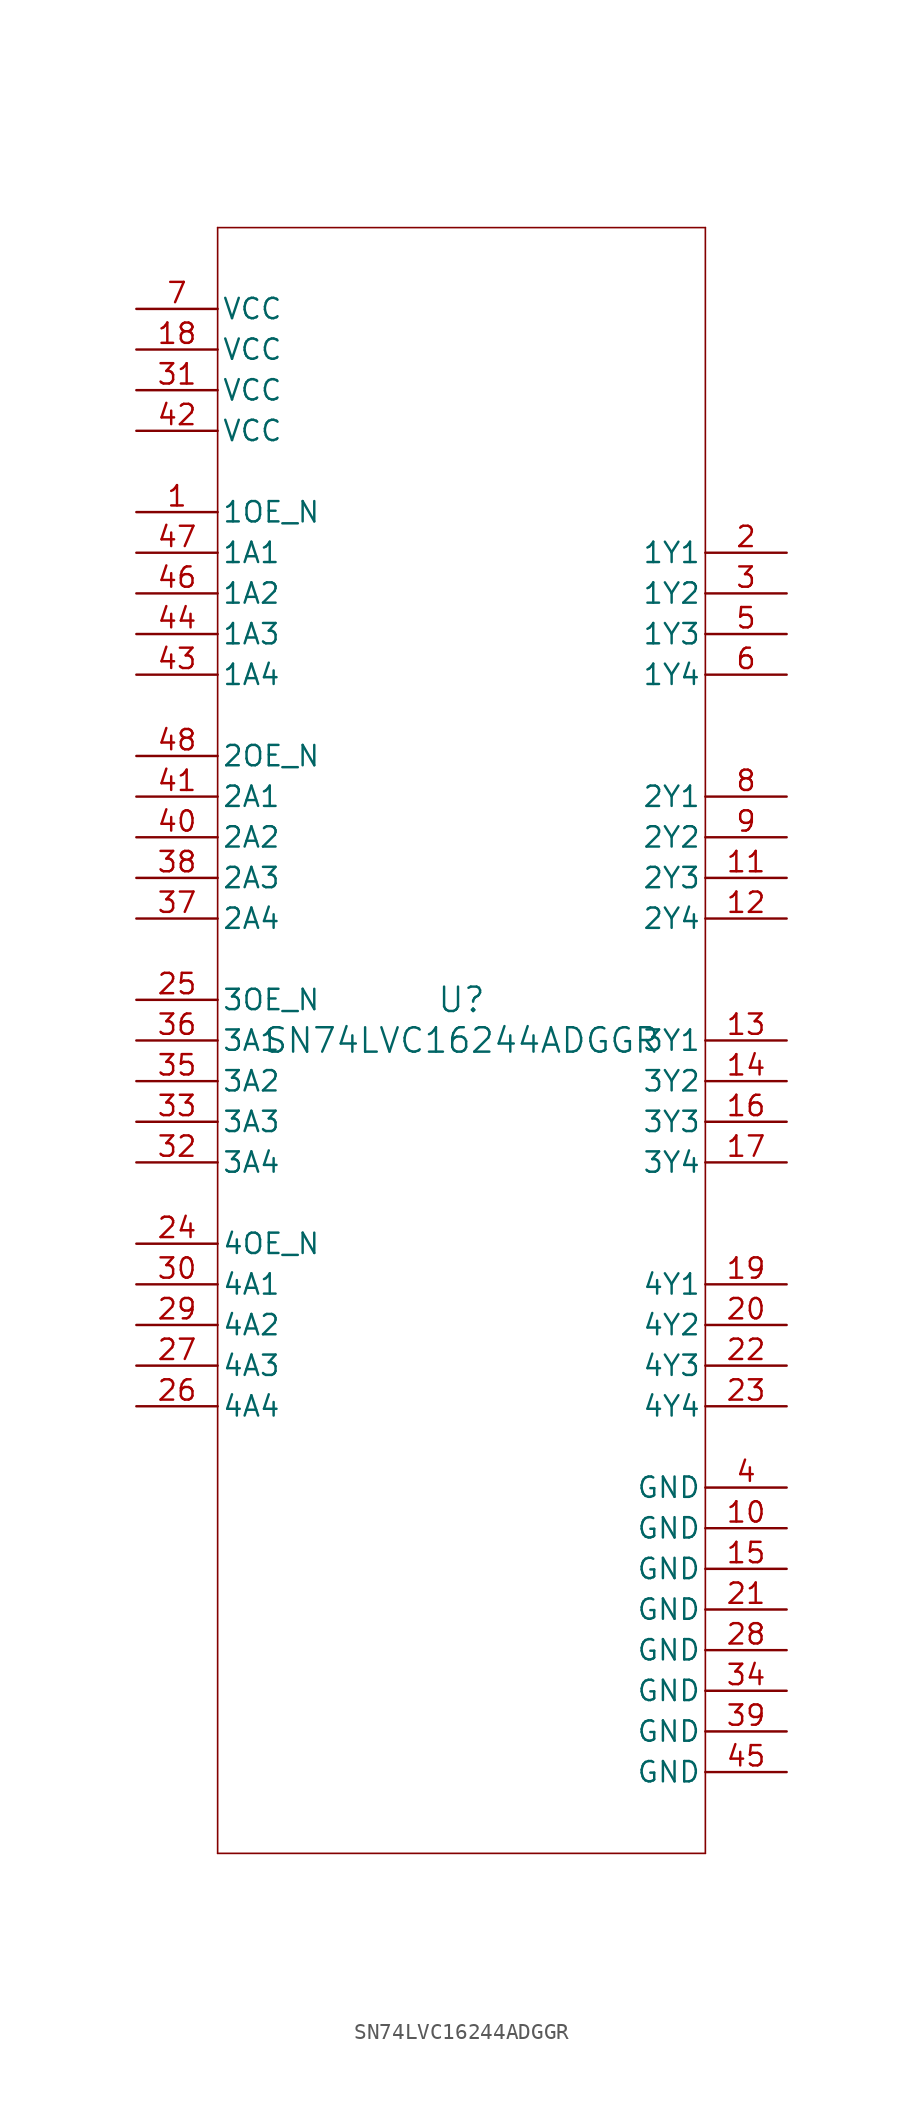
<source format=kicad_sym>
(kicad_symbol_lib
  (version 20211014)
  (generator kicad_symbol_editor)
  (symbol "SN74LVC16244ADGGR"
    (pin_names
      (offset 0.254))
    (property "Reference" "U"
      (at 0 2.54 0)
      (effects (font (size 1.524 1.524))))
    (property "Value" "SN74LVC16244ADGGR"
      (at 0 0 0)
      (effects (font (size 1.524 1.524))))
    (symbol "SN74LVC16244ADGGR_0_1"
      (polyline (pts (xy -15.24 -50.8) (xy 15.24 -50.8)) (stroke (width 0.102) (type default) (color 0 0 0 0)) (fill (type none)))
      (polyline (pts (xy 15.24 -50.8) (xy 15.24 50.8)) (stroke (width 0.102) (type default) (color 0 0 0 0)) (fill (type none)))
      (polyline (pts (xy 15.24 50.8) (xy -15.24 50.8)) (stroke (width 0.102) (type default) (color 0 0 0 0)) (fill (type none)))
      (polyline (pts (xy -15.24 50.8) (xy -15.24 -50.8)) (stroke (width 0.102) (type default) (color 0 0 0 0)) (fill (type none)))
      (pin input line (at -20.32 33.02 0) (length 5.08) (name "1OE_N" (effects (font (size 1.27 1.27)))) (number "1" (effects (font (size 1.27 1.27)))))
      (pin tri_state line (at 20.32 30.48 180) (length 5.08) (name "1Y1" (effects (font (size 1.27 1.27)))) (number "2" (effects (font (size 1.27 1.27)))))
      (pin tri_state line (at 20.32 27.94 180) (length 5.08) (name "1Y2" (effects (font (size 1.27 1.27)))) (number "3" (effects (font (size 1.27 1.27)))))
      (pin power_in line (at 20.32 -27.94 180) (length 5.08) (name "GND" (effects (font (size 1.27 1.27)))) (number "4" (effects (font (size 1.27 1.27)))))
      (pin tri_state line (at 20.32 25.4 180) (length 5.08) (name "1Y3" (effects (font (size 1.27 1.27)))) (number "5" (effects (font (size 1.27 1.27)))))
      (pin tri_state line (at 20.32 22.86 180) (length 5.08) (name "1Y4" (effects (font (size 1.27 1.27)))) (number "6" (effects (font (size 1.27 1.27)))))
      (pin power_in line (at -20.32 45.72 0) (length 5.08) (name "VCC" (effects (font (size 1.27 1.27)))) (number "7" (effects (font (size 1.27 1.27)))))
      (pin tri_state line (at 20.32 15.24 180) (length 5.08) (name "2Y1" (effects (font (size 1.27 1.27)))) (number "8" (effects (font (size 1.27 1.27)))))
      (pin tri_state line (at 20.32 12.7 180) (length 5.08) (name "2Y2" (effects (font (size 1.27 1.27)))) (number "9" (effects (font (size 1.27 1.27)))))
      (pin power_in line (at 20.32 -30.48 180) (length 5.08) (name "GND" (effects (font (size 1.27 1.27)))) (number "10" (effects (font (size 1.27 1.27)))))
      (pin tri_state line (at 20.32 10.16 180) (length 5.08) (name "2Y3" (effects (font (size 1.27 1.27)))) (number "11" (effects (font (size 1.27 1.27)))))
      (pin tri_state line (at 20.32 7.62 180) (length 5.08) (name "2Y4" (effects (font (size 1.27 1.27)))) (number "12" (effects (font (size 1.27 1.27)))))
      (pin tri_state line (at 20.32 0 180) (length 5.08) (name "3Y1" (effects (font (size 1.27 1.27)))) (number "13" (effects (font (size 1.27 1.27)))))
      (pin tri_state line (at 20.32 -2.54 180) (length 5.08) (name "3Y2" (effects (font (size 1.27 1.27)))) (number "14" (effects (font (size 1.27 1.27)))))
      (pin power_in line (at 20.32 -33.02 180) (length 5.08) (name "GND" (effects (font (size 1.27 1.27)))) (number "15" (effects (font (size 1.27 1.27)))))
      (pin tri_state line (at 20.32 -5.08 180) (length 5.08) (name "3Y3" (effects (font (size 1.27 1.27)))) (number "16" (effects (font (size 1.27 1.27)))))
      (pin tri_state line (at 20.32 -7.62 180) (length 5.08) (name "3Y4" (effects (font (size 1.27 1.27)))) (number "17" (effects (font (size 1.27 1.27)))))
      (pin power_in line (at -20.32 43.18 0) (length 5.08) (name "VCC" (effects (font (size 1.27 1.27)))) (number "18" (effects (font (size 1.27 1.27)))))
      (pin tri_state line (at 20.32 -15.24 180) (length 5.08) (name "4Y1" (effects (font (size 1.27 1.27)))) (number "19" (effects (font (size 1.27 1.27)))))
      (pin tri_state line (at 20.32 -17.78 180) (length 5.08) (name "4Y2" (effects (font (size 1.27 1.27)))) (number "20" (effects (font (size 1.27 1.27)))))
      (pin power_in line (at 20.32 -35.56 180) (length 5.08) (name "GND" (effects (font (size 1.27 1.27)))) (number "21" (effects (font (size 1.27 1.27)))))
      (pin tri_state line (at 20.32 -20.32 180) (length 5.08) (name "4Y3" (effects (font (size 1.27 1.27)))) (number "22" (effects (font (size 1.27 1.27)))))
      (pin tri_state line (at 20.32 -22.86 180) (length 5.08) (name "4Y4" (effects (font (size 1.27 1.27)))) (number "23" (effects (font (size 1.27 1.27)))))
      (pin input line (at -20.32 -12.7 0) (length 5.08) (name "4OE_N" (effects (font (size 1.27 1.27)))) (number "24" (effects (font (size 1.27 1.27)))))
      (pin input line (at -20.32 2.54 0) (length 5.08) (name "3OE_N" (effects (font (size 1.27 1.27)))) (number "25" (effects (font (size 1.27 1.27)))))
      (pin input line (at -20.32 -22.86 0) (length 5.08) (name "4A4" (effects (font (size 1.27 1.27)))) (number "26" (effects (font (size 1.27 1.27)))))
      (pin input line (at -20.32 -20.32 0) (length 5.08) (name "4A3" (effects (font (size 1.27 1.27)))) (number "27" (effects (font (size 1.27 1.27)))))
      (pin power_in line (at 20.32 -38.1 180) (length 5.08) (name "GND" (effects (font (size 1.27 1.27)))) (number "28" (effects (font (size 1.27 1.27)))))
      (pin input line (at -20.32 -17.78 0) (length 5.08) (name "4A2" (effects (font (size 1.27 1.27)))) (number "29" (effects (font (size 1.27 1.27)))))
      (pin input line (at -20.32 -15.24 0) (length 5.08) (name "4A1" (effects (font (size 1.27 1.27)))) (number "30" (effects (font (size 1.27 1.27)))))
      (pin power_in line (at -20.32 40.64 0) (length 5.08) (name "VCC" (effects (font (size 1.27 1.27)))) (number "31" (effects (font (size 1.27 1.27)))))
      (pin input line (at -20.32 -7.62 0) (length 5.08) (name "3A4" (effects (font (size 1.27 1.27)))) (number "32" (effects (font (size 1.27 1.27)))))
      (pin input line (at -20.32 -5.08 0) (length 5.08) (name "3A3" (effects (font (size 1.27 1.27)))) (number "33" (effects (font (size 1.27 1.27)))))
      (pin power_in line (at 20.32 -40.64 180) (length 5.08) (name "GND" (effects (font (size 1.27 1.27)))) (number "34" (effects (font (size 1.27 1.27)))))
      (pin input line (at -20.32 -2.54 0) (length 5.08) (name "3A2" (effects (font (size 1.27 1.27)))) (number "35" (effects (font (size 1.27 1.27)))))
      (pin input line (at -20.32 0 0) (length 5.08) (name "3A1" (effects (font (size 1.27 1.27)))) (number "36" (effects (font (size 1.27 1.27)))))
      (pin input line (at -20.32 7.62 0) (length 5.08) (name "2A4" (effects (font (size 1.27 1.27)))) (number "37" (effects (font (size 1.27 1.27)))))
      (pin input line (at -20.32 10.16 0) (length 5.08) (name "2A3" (effects (font (size 1.27 1.27)))) (number "38" (effects (font (size 1.27 1.27)))))
      (pin power_in line (at 20.32 -43.18 180) (length 5.08) (name "GND" (effects (font (size 1.27 1.27)))) (number "39" (effects (font (size 1.27 1.27)))))
      (pin input line (at -20.32 12.7 0) (length 5.08) (name "2A2" (effects (font (size 1.27 1.27)))) (number "40" (effects (font (size 1.27 1.27)))))
      (pin input line (at -20.32 15.24 0) (length 5.08) (name "2A1" (effects (font (size 1.27 1.27)))) (number "41" (effects (font (size 1.27 1.27)))))
      (pin power_in line (at -20.32 38.1 0) (length 5.08) (name "VCC" (effects (font (size 1.27 1.27)))) (number "42" (effects (font (size 1.27 1.27)))))
      (pin input line (at -20.32 22.86 0) (length 5.08) (name "1A4" (effects (font (size 1.27 1.27)))) (number "43" (effects (font (size 1.27 1.27)))))
      (pin input line (at -20.32 25.4 0) (length 5.08) (name "1A3" (effects (font (size 1.27 1.27)))) (number "44" (effects (font (size 1.27 1.27)))))
      (pin power_in line (at 20.32 -45.72 180) (length 5.08) (name "GND" (effects (font (size 1.27 1.27)))) (number "45" (effects (font (size 1.27 1.27)))))
      (pin input line (at -20.32 27.94 0) (length 5.08) (name "1A2" (effects (font (size 1.27 1.27)))) (number "46" (effects (font (size 1.27 1.27)))))
      (pin input line (at -20.32 30.48 0) (length 5.08) (name "1A1" (effects (font (size 1.27 1.27)))) (number "47" (effects (font (size 1.27 1.27)))))
      (pin input line (at -20.32 17.78 0) (length 5.08) (name "2OE_N" (effects (font (size 1.27 1.27)))) (number "48" (effects (font (size 1.27 1.27))))))))
</source>
